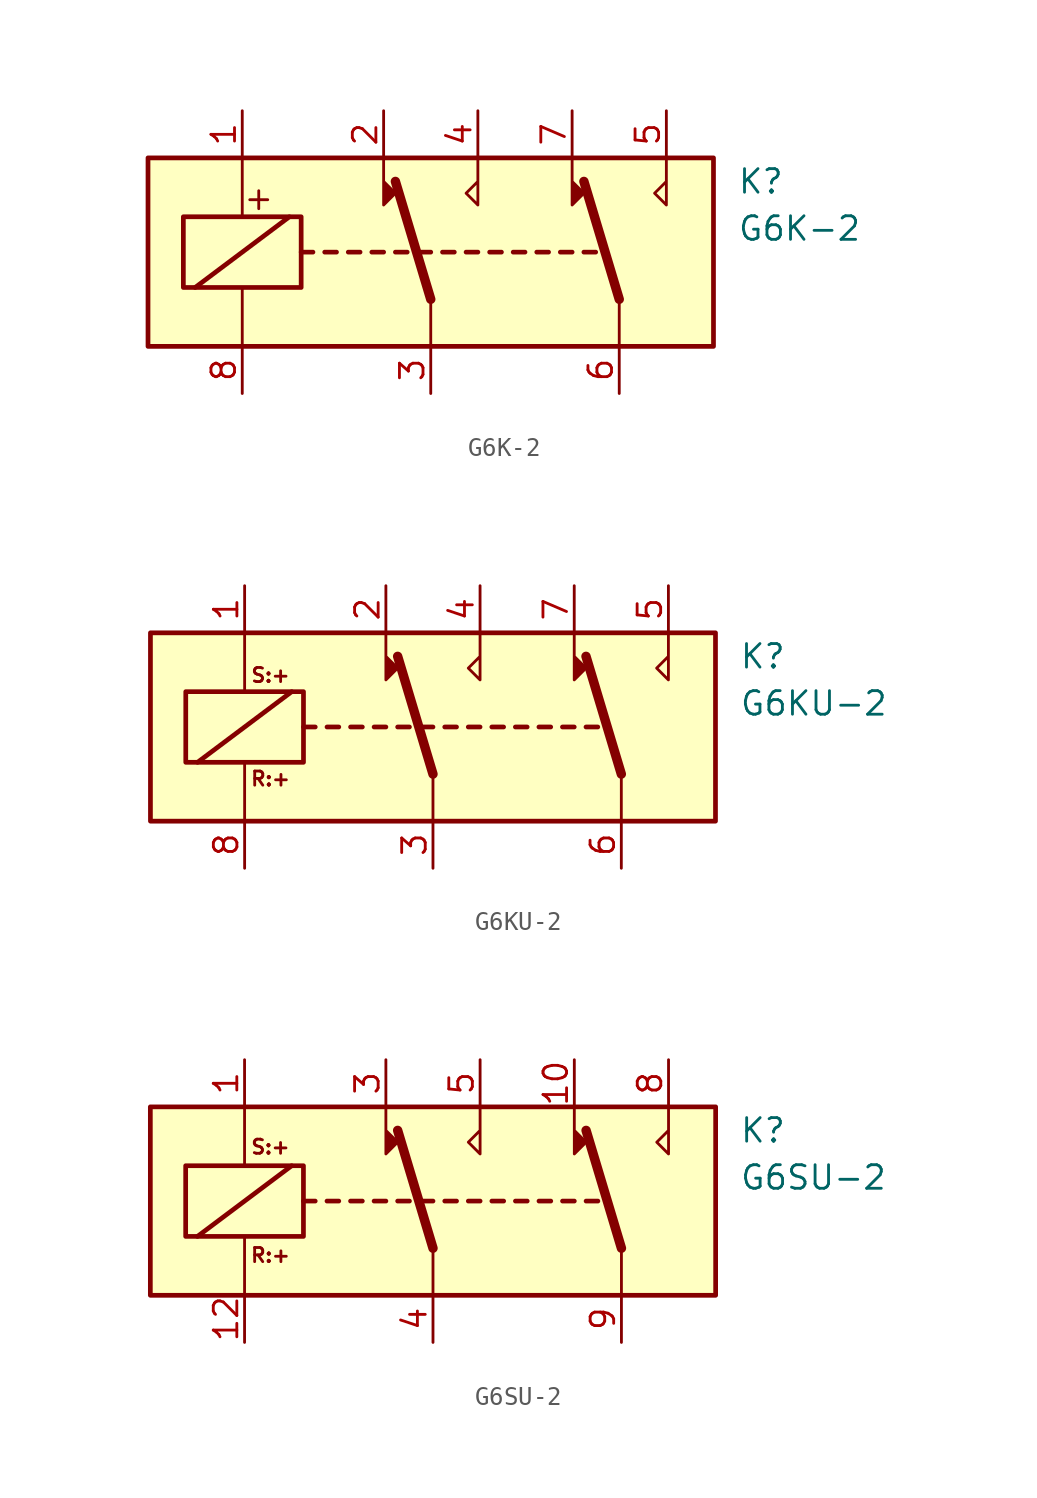
<source format=kicad_sym>
(kicad_symbol_lib
  (version 20220914)
  (generator kicad_symbol_editor)
  (symbol "G6K-2"
    (property "Reference" "K"
      (at 16.51 3.81 0)
      (effects (font (size 1.27 1.27)) (justify left)))
    (property "Value" "G6K-2"
      (at 16.51 1.27 0)
      (effects (font (size 1.27 1.27)) (justify left)))
    (symbol "G6K-2_0_0"
      (text "+" (at -9.271 2.921 0) (effects (font (size 1.27 1.27)))))
    (symbol "G6K-2_0_1"
      (rectangle (start -15.24 5.08) (end 15.24 -5.08) (stroke (width 0.254) (type default)) (fill (type background)))
      (rectangle (start -13.335 1.905) (end -6.985 -1.905) (stroke (width 0.254) (type default)) (fill (type none)))
      (polyline (pts (xy -12.7 -1.905) (xy -7.62 1.905)) (stroke (width 0.254) (type default)) (fill (type none)))
      (polyline (pts (xy -10.16 -5.08) (xy -10.16 -1.905)) (stroke (width 0) (type default)) (fill (type none)))
      (polyline (pts (xy -10.16 5.08) (xy -10.16 1.905)) (stroke (width 0) (type default)) (fill (type none)))
      (polyline (pts (xy -6.985 0) (xy -6.35 0)) (stroke (width 0.254) (type default)) (fill (type none)))
      (polyline (pts (xy -5.715 0) (xy -5.08 0)) (stroke (width 0.254) (type default)) (fill (type none)))
      (polyline (pts (xy -4.445 0) (xy -3.81 0)) (stroke (width 0.254) (type default)) (fill (type none)))
      (polyline (pts (xy -3.175 0) (xy -2.54 0)) (stroke (width 0.254) (type default)) (fill (type none)))
      (polyline (pts (xy -1.905 0) (xy -1.27 0)) (stroke (width 0.254) (type default)) (fill (type none)))
      (polyline (pts (xy -0.635 0) (xy 0 0)) (stroke (width 0.254) (type default)) (fill (type none)))
      (polyline (pts (xy 0 -2.54) (xy -1.905 3.81)) (stroke (width 0.508) (type default)) (fill (type none)))
      (polyline (pts (xy 0 -2.54) (xy 0 -5.08)) (stroke (width 0) (type default)) (fill (type none)))
      (polyline (pts (xy 0.635 0) (xy 1.27 0)) (stroke (width 0.254) (type default)) (fill (type none)))
      (polyline (pts (xy 1.905 0) (xy 2.54 0)) (stroke (width 0.254) (type default)) (fill (type none)))
      (polyline (pts (xy 3.175 0) (xy 3.81 0)) (stroke (width 0.254) (type default)) (fill (type none)))
      (polyline (pts (xy 4.445 0) (xy 5.08 0)) (stroke (width 0.254) (type default)) (fill (type none)))
      (polyline (pts (xy 5.715 0) (xy 6.35 0)) (stroke (width 0.254) (type default)) (fill (type none)))
      (polyline (pts (xy 6.985 0) (xy 7.62 0)) (stroke (width 0.254) (type default)) (fill (type none)))
      (polyline (pts (xy 8.255 0) (xy 8.89 0)) (stroke (width 0.254) (type default)) (fill (type none)))
      (polyline (pts (xy 10.16 -2.54) (xy 8.255 3.81)) (stroke (width 0.508) (type default)) (fill (type none)))
      (polyline (pts (xy 10.16 -2.54) (xy 10.16 -5.08)) (stroke (width 0) (type default)) (fill (type none)))
      (polyline (pts (xy -2.54 5.08) (xy -2.54 2.54) (xy -1.905 3.175) (xy -2.54 3.81)) (stroke (width 0) (type default)) (fill (type outline)))
      (polyline (pts (xy 2.54 5.08) (xy 2.54 2.54) (xy 1.905 3.175) (xy 2.54 3.81)) (stroke (width 0) (type default)) (fill (type none)))
      (polyline (pts (xy 7.62 5.08) (xy 7.62 2.54) (xy 8.255 3.175) (xy 7.62 3.81)) (stroke (width 0) (type default)) (fill (type outline)))
      (polyline (pts (xy 12.7 5.08) (xy 12.7 2.54) (xy 12.065 3.175) (xy 12.7 3.81)) (stroke (width 0) (type default)) (fill (type none))))
    (symbol "G6K-2_1_1"
      (pin passive line (at -10.16 7.62 270) (length 2.54) (name "~" (effects (font (size 1.27 1.27)))) (number "1" (effects (font (size 1.27 1.27)))))
      (pin passive line (at -2.54 7.62 270) (length 2.54) (name "~" (effects (font (size 1.27 1.27)))) (number "2" (effects (font (size 1.27 1.27)))))
      (pin passive line (at 0 -7.62 90) (length 2.54) (name "~" (effects (font (size 1.27 1.27)))) (number "3" (effects (font (size 1.27 1.27)))))
      (pin passive line (at 2.54 7.62 270) (length 2.54) (name "~" (effects (font (size 1.27 1.27)))) (number "4" (effects (font (size 1.27 1.27)))))
      (pin passive line (at 12.7 7.62 270) (length 2.54) (name "~" (effects (font (size 1.27 1.27)))) (number "5" (effects (font (size 1.27 1.27)))))
      (pin passive line (at 10.16 -7.62 90) (length 2.54) (name "~" (effects (font (size 1.27 1.27)))) (number "6" (effects (font (size 1.27 1.27)))))
      (pin passive line (at 7.62 7.62 270) (length 2.54) (name "~" (effects (font (size 1.27 1.27)))) (number "7" (effects (font (size 1.27 1.27)))))
      (pin passive line (at -10.16 -7.62 90) (length 2.54) (name "~" (effects (font (size 1.27 1.27)))) (number "8" (effects (font (size 1.27 1.27)))))))
  (symbol "G6KU-2"
    (property "Reference" "K"
      (at 16.51 3.81 0)
      (effects (font (size 1.27 1.27)) (justify left)))
    (property "Value" "G6KU-2"
      (at 16.51 1.27 0)
      (effects (font (size 1.27 1.27)) (justify left)))
    (symbol "G6KU-2_0_0"
      (text "R:+" (at -8.763 -2.794 0) (effects (font (size 0.762 0.762))))
      (text "S:+" (at -8.763 2.794 0) (effects (font (size 0.762 0.762)))))
    (symbol "G6KU-2_0_1"
      (rectangle (start -15.24 5.08) (end 15.24 -5.08) (stroke (width 0.254) (type default)) (fill (type background)))
      (rectangle (start -13.335 1.905) (end -6.985 -1.905) (stroke (width 0.254) (type default)) (fill (type none)))
      (polyline (pts (xy -12.7 -1.905) (xy -7.62 1.905)) (stroke (width 0.254) (type default)) (fill (type none)))
      (polyline (pts (xy -10.16 -5.08) (xy -10.16 -1.905)) (stroke (width 0) (type default)) (fill (type none)))
      (polyline (pts (xy -10.16 5.08) (xy -10.16 1.905)) (stroke (width 0) (type default)) (fill (type none)))
      (polyline (pts (xy -6.985 0) (xy -6.35 0)) (stroke (width 0.254) (type default)) (fill (type none)))
      (polyline (pts (xy -5.715 0) (xy -5.08 0)) (stroke (width 0.254) (type default)) (fill (type none)))
      (polyline (pts (xy -4.445 0) (xy -3.81 0)) (stroke (width 0.254) (type default)) (fill (type none)))
      (polyline (pts (xy -3.175 0) (xy -2.54 0)) (stroke (width 0.254) (type default)) (fill (type none)))
      (polyline (pts (xy -1.905 0) (xy -1.27 0)) (stroke (width 0.254) (type default)) (fill (type none)))
      (polyline (pts (xy -0.635 0) (xy 0 0)) (stroke (width 0.254) (type default)) (fill (type none)))
      (polyline (pts (xy 0 -2.54) (xy -1.905 3.81)) (stroke (width 0.508) (type default)) (fill (type none)))
      (polyline (pts (xy 0 -2.54) (xy 0 -5.08)) (stroke (width 0) (type default)) (fill (type none)))
      (polyline (pts (xy 0.635 0) (xy 1.27 0)) (stroke (width 0.254) (type default)) (fill (type none)))
      (polyline (pts (xy 1.905 0) (xy 2.54 0)) (stroke (width 0.254) (type default)) (fill (type none)))
      (polyline (pts (xy 3.175 0) (xy 3.81 0)) (stroke (width 0.254) (type default)) (fill (type none)))
      (polyline (pts (xy 4.445 0) (xy 5.08 0)) (stroke (width 0.254) (type default)) (fill (type none)))
      (polyline (pts (xy 5.715 0) (xy 6.35 0)) (stroke (width 0.254) (type default)) (fill (type none)))
      (polyline (pts (xy 6.985 0) (xy 7.62 0)) (stroke (width 0.254) (type default)) (fill (type none)))
      (polyline (pts (xy 8.255 0) (xy 8.89 0)) (stroke (width 0.254) (type default)) (fill (type none)))
      (polyline (pts (xy 10.16 -2.54) (xy 8.255 3.81)) (stroke (width 0.508) (type default)) (fill (type none)))
      (polyline (pts (xy 10.16 -2.54) (xy 10.16 -5.08)) (stroke (width 0) (type default)) (fill (type none)))
      (polyline (pts (xy -2.54 5.08) (xy -2.54 2.54) (xy -1.905 3.175) (xy -2.54 3.81)) (stroke (width 0) (type default)) (fill (type outline)))
      (polyline (pts (xy 2.54 5.08) (xy 2.54 2.54) (xy 1.905 3.175) (xy 2.54 3.81)) (stroke (width 0) (type default)) (fill (type none)))
      (polyline (pts (xy 7.62 5.08) (xy 7.62 2.54) (xy 8.255 3.175) (xy 7.62 3.81)) (stroke (width 0) (type default)) (fill (type outline)))
      (polyline (pts (xy 12.7 5.08) (xy 12.7 2.54) (xy 12.065 3.175) (xy 12.7 3.81)) (stroke (width 0) (type default)) (fill (type none))))
    (symbol "G6KU-2_1_1"
      (pin passive line (at -10.16 7.62 270) (length 2.54) (name "~" (effects (font (size 1.27 1.27)))) (number "1" (effects (font (size 1.27 1.27)))))
      (pin passive line (at -2.54 7.62 270) (length 2.54) (name "~" (effects (font (size 1.27 1.27)))) (number "2" (effects (font (size 1.27 1.27)))))
      (pin passive line (at 0 -7.62 90) (length 2.54) (name "~" (effects (font (size 1.27 1.27)))) (number "3" (effects (font (size 1.27 1.27)))))
      (pin passive line (at 2.54 7.62 270) (length 2.54) (name "~" (effects (font (size 1.27 1.27)))) (number "4" (effects (font (size 1.27 1.27)))))
      (pin passive line (at 12.7 7.62 270) (length 2.54) (name "~" (effects (font (size 1.27 1.27)))) (number "5" (effects (font (size 1.27 1.27)))))
      (pin passive line (at 10.16 -7.62 90) (length 2.54) (name "~" (effects (font (size 1.27 1.27)))) (number "6" (effects (font (size 1.27 1.27)))))
      (pin passive line (at 7.62 7.62 270) (length 2.54) (name "~" (effects (font (size 1.27 1.27)))) (number "7" (effects (font (size 1.27 1.27)))))
      (pin passive line (at -10.16 -7.62 90) (length 2.54) (name "~" (effects (font (size 1.27 1.27)))) (number "8" (effects (font (size 1.27 1.27)))))))
  (symbol "G6SU-2"
    (property "Reference" "K"
      (at 16.51 3.81 0)
      (effects (font (size 1.27 1.27)) (justify left)))
    (property "Value" "G6SU-2"
      (at 16.51 1.27 0)
      (effects (font (size 1.27 1.27)) (justify left)))
    (symbol "G6SU-2_0_0"
      (text "R:+" (at -8.763 -2.921 0) (effects (font (size 0.762 0.762))))
      (text "S:+" (at -8.763 2.921 0) (effects (font (size 0.762 0.762)))))
    (symbol "G6SU-2_0_1"
      (rectangle (start -15.24 5.08) (end 15.24 -5.08) (stroke (width 0.254) (type default)) (fill (type background)))
      (rectangle (start -13.335 1.905) (end -6.985 -1.905) (stroke (width 0.254) (type default)) (fill (type none)))
      (polyline (pts (xy -12.7 -1.905) (xy -7.62 1.905)) (stroke (width 0.254) (type default)) (fill (type none)))
      (polyline (pts (xy -10.16 -5.08) (xy -10.16 -1.905)) (stroke (width 0) (type default)) (fill (type none)))
      (polyline (pts (xy -10.16 5.08) (xy -10.16 1.905)) (stroke (width 0) (type default)) (fill (type none)))
      (polyline (pts (xy -6.985 0) (xy -6.35 0)) (stroke (width 0.254) (type default)) (fill (type none)))
      (polyline (pts (xy -5.715 0) (xy -5.08 0)) (stroke (width 0.254) (type default)) (fill (type none)))
      (polyline (pts (xy -4.445 0) (xy -3.81 0)) (stroke (width 0.254) (type default)) (fill (type none)))
      (polyline (pts (xy -3.175 0) (xy -2.54 0)) (stroke (width 0.254) (type default)) (fill (type none)))
      (polyline (pts (xy -1.905 0) (xy -1.27 0)) (stroke (width 0.254) (type default)) (fill (type none)))
      (polyline (pts (xy -0.635 0) (xy 0 0)) (stroke (width 0.254) (type default)) (fill (type none)))
      (polyline (pts (xy 0 -2.54) (xy -1.905 3.81)) (stroke (width 0.508) (type default)) (fill (type none)))
      (polyline (pts (xy 0 -2.54) (xy 0 -5.08)) (stroke (width 0) (type default)) (fill (type none)))
      (polyline (pts (xy 0.635 0) (xy 1.27 0)) (stroke (width 0.254) (type default)) (fill (type none)))
      (polyline (pts (xy 1.905 0) (xy 2.54 0)) (stroke (width 0.254) (type default)) (fill (type none)))
      (polyline (pts (xy 3.175 0) (xy 3.81 0)) (stroke (width 0.254) (type default)) (fill (type none)))
      (polyline (pts (xy 4.445 0) (xy 5.08 0)) (stroke (width 0.254) (type default)) (fill (type none)))
      (polyline (pts (xy 5.715 0) (xy 6.35 0)) (stroke (width 0.254) (type default)) (fill (type none)))
      (polyline (pts (xy 6.985 0) (xy 7.62 0)) (stroke (width 0.254) (type default)) (fill (type none)))
      (polyline (pts (xy 8.255 0) (xy 8.89 0)) (stroke (width 0.254) (type default)) (fill (type none)))
      (polyline (pts (xy 10.16 -2.54) (xy 8.255 3.81)) (stroke (width 0.508) (type default)) (fill (type none)))
      (polyline (pts (xy 10.16 -2.54) (xy 10.16 -5.08)) (stroke (width 0) (type default)) (fill (type none)))
      (polyline (pts (xy -2.54 5.08) (xy -2.54 2.54) (xy -1.905 3.175) (xy -2.54 3.81)) (stroke (width 0) (type default)) (fill (type outline)))
      (polyline (pts (xy 2.54 5.08) (xy 2.54 2.54) (xy 1.905 3.175) (xy 2.54 3.81)) (stroke (width 0) (type default)) (fill (type none)))
      (polyline (pts (xy 7.62 5.08) (xy 7.62 2.54) (xy 8.255 3.175) (xy 7.62 3.81)) (stroke (width 0) (type default)) (fill (type outline)))
      (polyline (pts (xy 12.7 5.08) (xy 12.7 2.54) (xy 12.065 3.175) (xy 12.7 3.81)) (stroke (width 0) (type default)) (fill (type none))))
    (symbol "G6SU-2_1_1"
      (pin passive line (at -10.16 7.62 270) (length 2.54) (name "~" (effects (font (size 1.27 1.27)))) (number "1" (effects (font (size 1.27 1.27)))))
      (pin passive line (at 7.62 7.62 270) (length 2.54) (name "~" (effects (font (size 1.27 1.27)))) (number "10" (effects (font (size 1.27 1.27)))))
      (pin passive line (at -10.16 -7.62 90) (length 2.54) (name "~" (effects (font (size 1.27 1.27)))) (number "12" (effects (font (size 1.27 1.27)))))
      (pin passive line (at -2.54 7.62 270) (length 2.54) (name "~" (effects (font (size 1.27 1.27)))) (number "3" (effects (font (size 1.27 1.27)))))
      (pin passive line (at 0 -7.62 90) (length 2.54) (name "~" (effects (font (size 1.27 1.27)))) (number "4" (effects (font (size 1.27 1.27)))))
      (pin passive line (at 2.54 7.62 270) (length 2.54) (name "~" (effects (font (size 1.27 1.27)))) (number "5" (effects (font (size 1.27 1.27)))))
      (pin passive line (at 12.7 7.62 270) (length 2.54) (name "~" (effects (font (size 1.27 1.27)))) (number "8" (effects (font (size 1.27 1.27)))))
      (pin passive line (at 10.16 -7.62 90) (length 2.54) (name "~" (effects (font (size 1.27 1.27)))) (number "9" (effects (font (size 1.27 1.27))))))))
</source>
